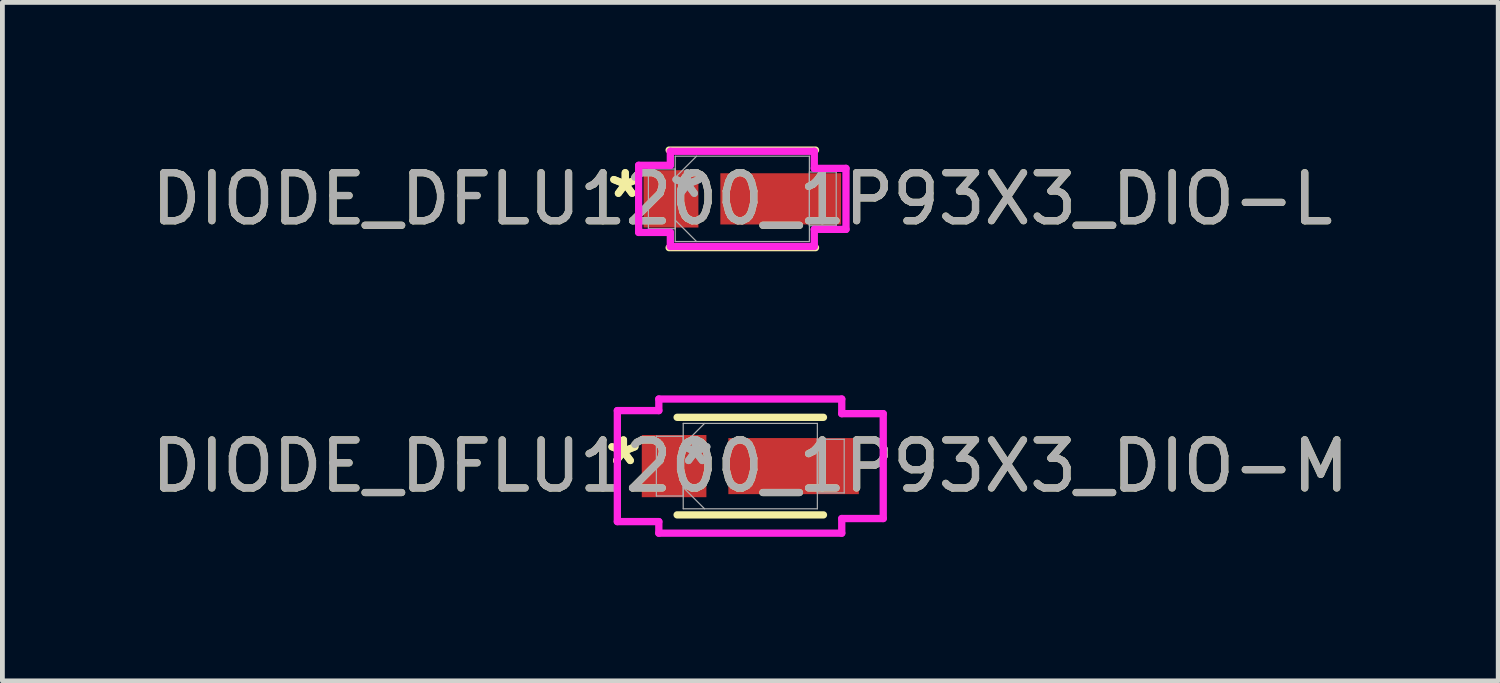
<source format=kicad_pcb>
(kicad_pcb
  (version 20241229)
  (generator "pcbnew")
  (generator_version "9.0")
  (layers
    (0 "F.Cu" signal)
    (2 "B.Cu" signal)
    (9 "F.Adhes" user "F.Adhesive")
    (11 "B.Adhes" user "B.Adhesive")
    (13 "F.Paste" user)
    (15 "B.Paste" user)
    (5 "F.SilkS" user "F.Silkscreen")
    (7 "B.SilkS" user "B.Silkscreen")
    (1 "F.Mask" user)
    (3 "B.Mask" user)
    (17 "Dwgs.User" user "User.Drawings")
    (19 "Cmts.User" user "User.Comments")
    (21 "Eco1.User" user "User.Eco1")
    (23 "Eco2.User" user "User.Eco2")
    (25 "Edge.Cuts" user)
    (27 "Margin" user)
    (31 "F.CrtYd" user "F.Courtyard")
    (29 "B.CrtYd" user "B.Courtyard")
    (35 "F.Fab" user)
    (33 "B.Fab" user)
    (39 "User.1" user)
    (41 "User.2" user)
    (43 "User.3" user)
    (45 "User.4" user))
  (footprint "DIODE_DFLU1200_1P93X3_DIO-L"
    (layer "F.Cu")
    (at 12.411 1.092)
    (property "Reference" "DIODE_DFLU1200_1P93X3_DIO-L" (at 0 0 0) (unlocked yes) (layer "F.SilkS") (effects (font (size 1 1) (thickness 0.15))))
    (attr smd)
    (fp_line (start -1.524 1.016) (end 1.524 1.016) (stroke (width 0.152) (type solid)) (layer "F.SilkS"))
    (fp_line (start 1.524 -1.016) (end -1.524 -1.016) (stroke (width 0.152) (type solid)) (layer "F.SilkS"))
    (fp_line (start -2.159 -0.699) (end -1.499 -0.699) (stroke (width 0.152) (type solid)) (layer "F.CrtYd"))
    (fp_line (start -2.159 0.699) (end -2.159 -0.699) (stroke (width 0.152) (type solid)) (layer "F.CrtYd"))
    (fp_line (start -1.499 -0.991) (end 1.499 -0.991) (stroke (width 0.152) (type solid)) (layer "F.CrtYd"))
    (fp_line (start -1.499 -0.699) (end -1.499 -0.991) (stroke (width 0.152) (type solid)) (layer "F.CrtYd"))
    (fp_line (start -1.499 0.699) (end -2.159 0.699) (stroke (width 0.152) (type solid)) (layer "F.CrtYd"))
    (fp_line (start -1.499 0.991) (end -1.499 0.699) (stroke (width 0.152) (type solid)) (layer "F.CrtYd"))
    (fp_line (start 1.499 -0.991) (end 1.499 -0.635) (stroke (width 0.152) (type solid)) (layer "F.CrtYd"))
    (fp_line (start 1.499 -0.635) (end 2.159 -0.635) (stroke (width 0.152) (type solid)) (layer "F.CrtYd"))
    (fp_line (start 1.499 0.635) (end 1.499 0.991) (stroke (width 0.152) (type solid)) (layer "F.CrtYd"))
    (fp_line (start 1.499 0.991) (end -1.499 0.991) (stroke (width 0.152) (type solid)) (layer "F.CrtYd"))
    (fp_line (start 2.159 -0.635) (end 2.159 0.635) (stroke (width 0.152) (type solid)) (layer "F.CrtYd"))
    (fp_line (start 2.159 0.635) (end 1.499 0.635) (stroke (width 0.152) (type solid)) (layer "F.CrtYd"))
    (fp_line (start -1.956 -0.622) (end -1.956 0.622) (stroke (width 0.025) (type solid)) (layer "F.Fab"))
    (fp_line (start -1.956 0.622) (end -1.397 0.622) (stroke (width 0.025) (type solid)) (layer "F.Fab"))
    (fp_line (start -1.397 -0.889) (end -1.397 0.889) (stroke (width 0.025) (type solid)) (layer "F.Fab"))
    (fp_line (start -1.397 -0.622) (end -1.956 -0.622) (stroke (width 0.025) (type solid)) (layer "F.Fab"))
    (fp_line (start -1.397 -0.445) (end -0.953 -0.889) (stroke (width 0.025) (type solid)) (layer "F.Fab"))
    (fp_line (start -1.397 0.445) (end -0.953 0.889) (stroke (width 0.025) (type solid)) (layer "F.Fab"))
    (fp_line (start -1.397 0.622) (end -1.397 -0.622) (stroke (width 0.025) (type solid)) (layer "F.Fab"))
    (fp_line (start -1.397 0.889) (end 1.397 0.889) (stroke (width 0.025) (type solid)) (layer "F.Fab"))
    (fp_line (start 1.397 -0.889) (end -1.397 -0.889) (stroke (width 0.025) (type solid)) (layer "F.Fab"))
    (fp_line (start 1.397 -0.559) (end 1.397 0.559) (stroke (width 0.025) (type solid)) (layer "F.Fab"))
    (fp_line (start 1.397 0.559) (end 1.956 0.559) (stroke (width 0.025) (type solid)) (layer "F.Fab"))
    (fp_line (start 1.397 0.889) (end 1.397 -0.889) (stroke (width 0.025) (type solid)) (layer "F.Fab"))
    (fp_line (start 1.956 -0.559) (end 1.397 -0.559) (stroke (width 0.025) (type solid)) (layer "F.Fab"))
    (fp_line (start 1.956 0.559) (end 1.956 -0.559) (stroke (width 0.025) (type solid)) (layer "F.Fab"))
    (fp_text user "*" (at -2.438 0 0) (layer "F.SilkS") (effects (font (size 1 1) (thickness 0.15))))
    (fp_text user "*" (at -2.438 0 0) (unlocked yes) (layer "F.SilkS") (effects (font (size 1 1) (thickness 0.15))))
    (fp_text user "*" (at -1.143 0 0) (layer "F.Fab") (effects (font (size 1 1) (thickness 0.15))))
    (fp_text user "${REFERENCE}" (at 0 0 0) (unlocked yes) (layer "F.Fab") (effects (font (size 1 1) (thickness 0.15))))
    (fp_text user "*" (at -1.143 0 0) (unlocked yes) (layer "F.Fab") (effects (font (size 1 1) (thickness 0.15))))
    (pad "1" smd rect (at -1.486 0) (size 1.143 1.194) (layers "F.Cu" "F.Mask" "F.Paste"))
    (pad "2" smd rect (at 0.8 0) (size 2.515 1.067) (layers "F.Cu" "F.Mask" "F.Paste"))
    (zone (net_name "") (layer "F.Cu") (hatch full 0.508) (connect_pads) (min_thickness 0.254) (filled_areas_thickness no) (keepout (tracks not_allowed) (vias not_allowed) (pads allowed) (copperpour not_allowed) (footprints allowed)) (placement (enabled no)) (fill) (polygon (pts (xy 11.547 0.254) (xy 11.903 0.254) (xy 11.903 1.93) (xy 11.547 1.93)))))
  (footprint "DIODE_DFLU1200_1P93X3_DIO-M"
    (layer "F.Cu")
    (at 12.577 6.658)
    (property "Reference" "DIODE_DFLU1200_1P93X3_DIO-M" (at 0 0 0) (unlocked yes) (layer "F.SilkS") (effects (font (size 1 1) (thickness 0.15))))
    (attr smd)
    (fp_line (start -1.524 1.016) (end 1.524 1.016) (stroke (width 0.152) (type solid)) (layer "F.SilkS"))
    (fp_line (start 1.524 -1.016) (end -1.524 -1.016) (stroke (width 0.152) (type solid)) (layer "F.SilkS"))
    (fp_line (start -2.769 -1.156) (end -1.905 -1.156) (stroke (width 0.152) (type solid)) (layer "F.CrtYd"))
    (fp_line (start -2.769 1.156) (end -2.769 -1.156) (stroke (width 0.152) (type solid)) (layer "F.CrtYd"))
    (fp_line (start -1.905 -1.397) (end 1.905 -1.397) (stroke (width 0.152) (type solid)) (layer "F.CrtYd"))
    (fp_line (start -1.905 -1.156) (end -1.905 -1.397) (stroke (width 0.152) (type solid)) (layer "F.CrtYd"))
    (fp_line (start -1.905 1.156) (end -2.769 1.156) (stroke (width 0.152) (type solid)) (layer "F.CrtYd"))
    (fp_line (start -1.905 1.397) (end -1.905 1.156) (stroke (width 0.152) (type solid)) (layer "F.CrtYd"))
    (fp_line (start 1.905 -1.397) (end 1.905 -1.092) (stroke (width 0.152) (type solid)) (layer "F.CrtYd"))
    (fp_line (start 1.905 -1.092) (end 2.769 -1.092) (stroke (width 0.152) (type solid)) (layer "F.CrtYd"))
    (fp_line (start 1.905 1.092) (end 1.905 1.397) (stroke (width 0.152) (type solid)) (layer "F.CrtYd"))
    (fp_line (start 1.905 1.397) (end -1.905 1.397) (stroke (width 0.152) (type solid)) (layer "F.CrtYd"))
    (fp_line (start 2.769 -1.092) (end 2.769 1.092) (stroke (width 0.152) (type solid)) (layer "F.CrtYd"))
    (fp_line (start 2.769 1.092) (end 1.905 1.092) (stroke (width 0.152) (type solid)) (layer "F.CrtYd"))
    (fp_line (start -1.956 -0.622) (end -1.956 0.622) (stroke (width 0.025) (type solid)) (layer "F.Fab"))
    (fp_line (start -1.956 0.622) (end -1.397 0.622) (stroke (width 0.025) (type solid)) (layer "F.Fab"))
    (fp_line (start -1.397 -0.889) (end -1.397 0.889) (stroke (width 0.025) (type solid)) (layer "F.Fab"))
    (fp_line (start -1.397 -0.622) (end -1.956 -0.622) (stroke (width 0.025) (type solid)) (layer "F.Fab"))
    (fp_line (start -1.397 -0.445) (end -0.953 -0.889) (stroke (width 0.025) (type solid)) (layer "F.Fab"))
    (fp_line (start -1.397 0.445) (end -0.953 0.889) (stroke (width 0.025) (type solid)) (layer "F.Fab"))
    (fp_line (start -1.397 0.622) (end -1.397 -0.622) (stroke (width 0.025) (type solid)) (layer "F.Fab"))
    (fp_line (start -1.397 0.889) (end 1.397 0.889) (stroke (width 0.025) (type solid)) (layer "F.Fab"))
    (fp_line (start 1.397 -0.889) (end -1.397 -0.889) (stroke (width 0.025) (type solid)) (layer "F.Fab"))
    (fp_line (start 1.397 -0.559) (end 1.397 0.559) (stroke (width 0.025) (type solid)) (layer "F.Fab"))
    (fp_line (start 1.397 0.559) (end 1.956 0.559) (stroke (width 0.025) (type solid)) (layer "F.Fab"))
    (fp_line (start 1.397 0.889) (end 1.397 -0.889) (stroke (width 0.025) (type solid)) (layer "F.Fab"))
    (fp_line (start 1.956 -0.559) (end 1.397 -0.559) (stroke (width 0.025) (type solid)) (layer "F.Fab"))
    (fp_line (start 1.956 0.559) (end 1.956 -0.559) (stroke (width 0.025) (type solid)) (layer "F.Fab"))
    (fp_text user "*" (at -2.642 0 0) (unlocked yes) (layer "F.SilkS") (effects (font (size 1 1) (thickness 0.15))))
    (fp_text user "*" (at -2.642 0 0) (layer "F.SilkS") (effects (font (size 1 1) (thickness 0.15))))
    (fp_text user "*" (at -1.143 0 0) (unlocked yes) (layer "F.Fab") (effects (font (size 1 1) (thickness 0.15))))
    (fp_text user "*" (at -1.143 0 0) (layer "F.Fab") (effects (font (size 1 1) (thickness 0.15))))
    (fp_text user "${REFERENCE}" (at 0 0 0) (unlocked yes) (layer "F.Fab") (effects (font (size 1 1) (thickness 0.15))))
    (pad "1" smd rect (at -1.587 0) (size 1.346 1.295) (layers "F.Cu" "F.Mask" "F.Paste"))
    (pad "2" smd rect (at 0.902 0) (size 2.718 1.168) (layers "F.Cu" "F.Mask" "F.Paste"))
    (zone (net_name "") (layer "F.Cu") (hatch full 0.508) (connect_pads) (min_thickness 0.254) (filled_areas_thickness no) (keepout (tracks not_allowed) (vias not_allowed) (pads allowed) (copperpour not_allowed) (footprints allowed)) (placement (enabled no)) (fill) (polygon (pts (xy 11.714 5.819) (xy 12.069 5.819) (xy 12.069 7.496) (xy 11.714 7.496)))))
  (gr_rect
    (start -3 -3)
    (end 28.155 11.131)
    (stroke (width 0.1) (type default))
    (fill no)
    (layer "Edge.Cuts")))
</source>
